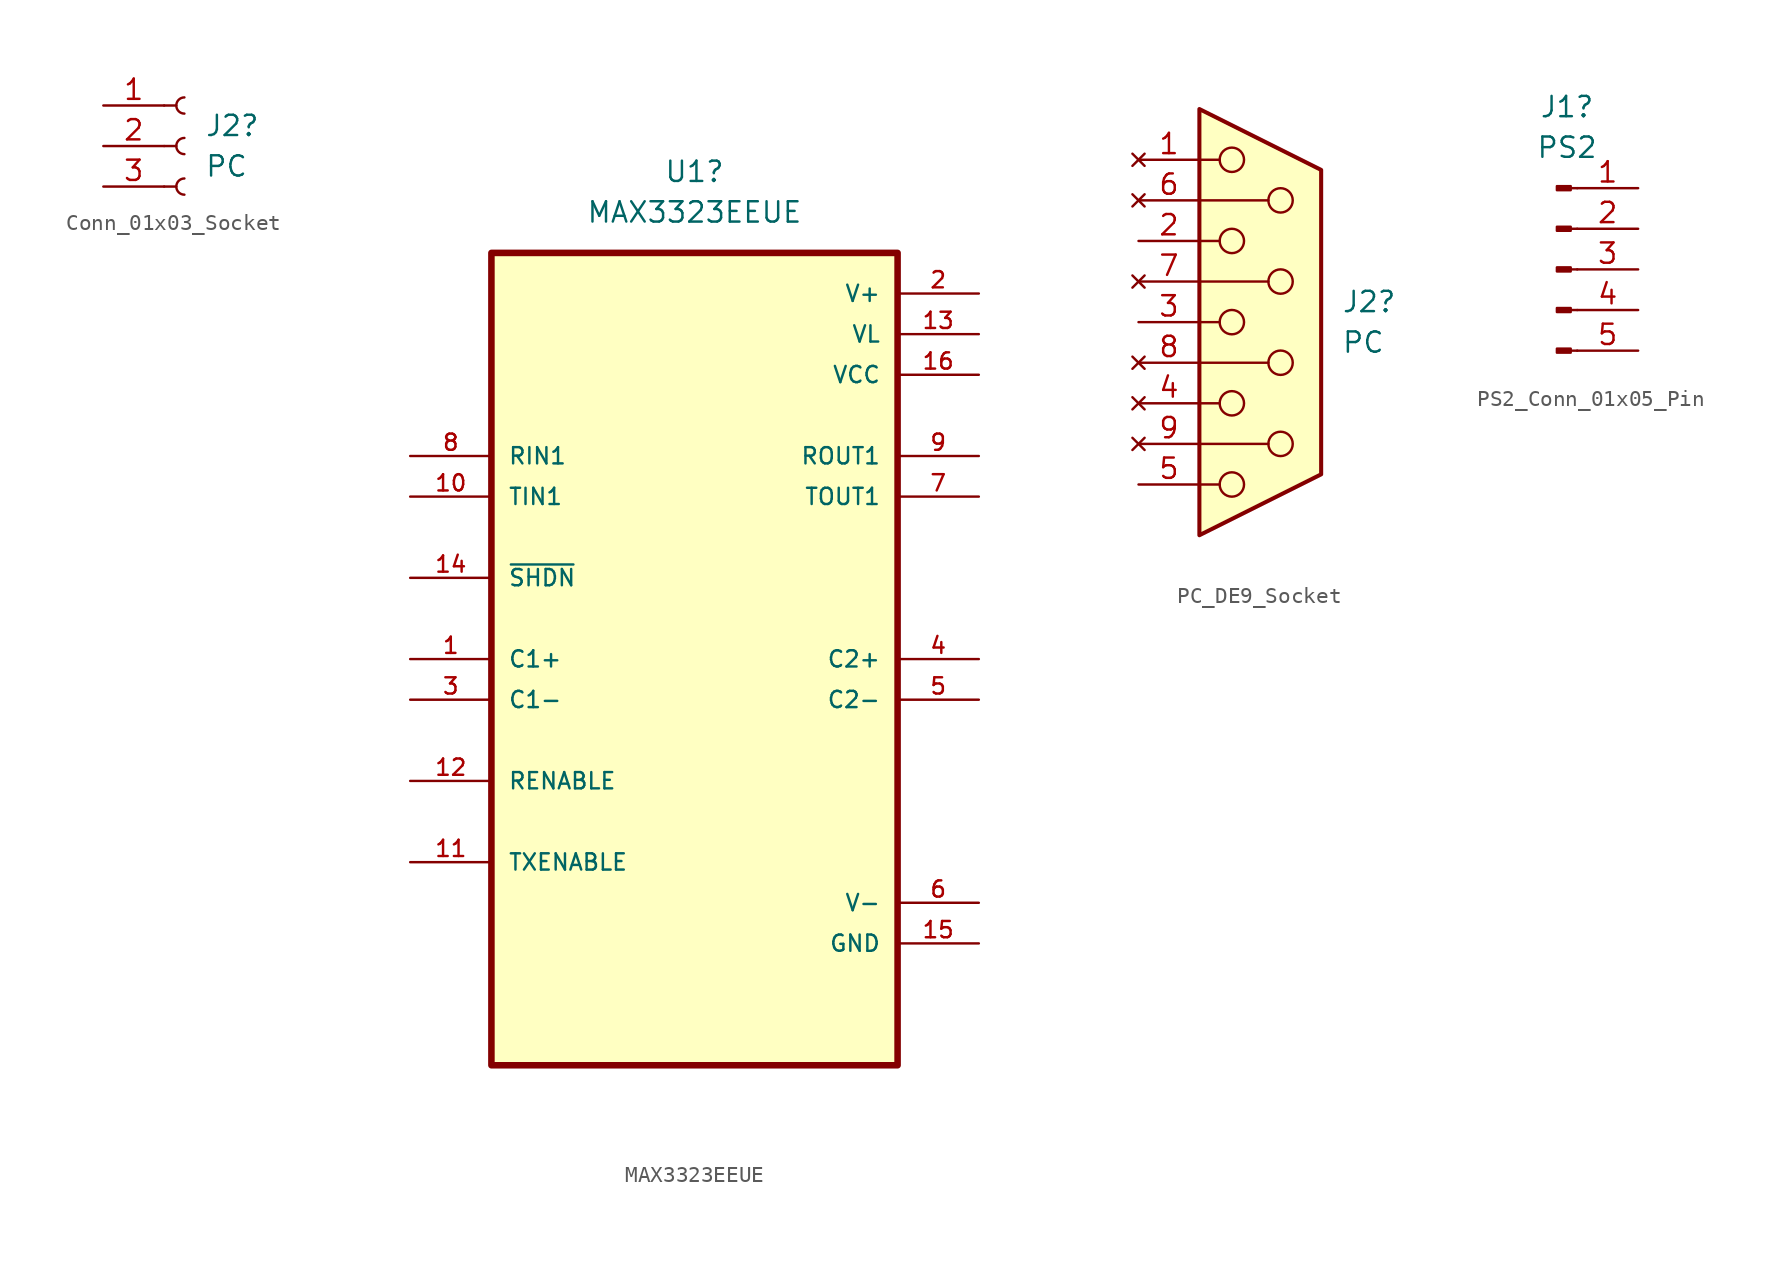
<source format=kicad_sym>
(kicad_symbol_lib
  (version 20241209)
  (generator "kicad_symbol_editor")
  (generator_version "9.0")
  (symbol "Conn_01x03_Socket"
    (pin_names
      (offset 1.016)
      (hide yes))
    (property "Reference" "J2"
      (at 1.27 1.27 0)
      (effects (font (size 1.27 1.27)) (justify left)))
    (property "Value" "PC"
      (at 1.27 -1.27 0)
      (effects (font (size 1.27 1.27)) (justify left)))
    (property "ki_locked" ""
      (at 0 0 0)
      (effects (font (size 1.27 1.27))))
    (symbol "Conn_01x03_Socket_1_1"
      (polyline (pts (xy -1.27 2.54) (xy -0.508 2.54)) (stroke (width 0.152) (type default)) (fill (type none)))
      (polyline (pts (xy -1.27 0) (xy -0.508 0)) (stroke (width 0.152) (type default)) (fill (type none)))
      (polyline (pts (xy -1.27 -2.54) (xy -0.508 -2.54)) (stroke (width 0.152) (type default)) (fill (type none)))
      (arc (start 0 2.032) (mid -0.5058 2.54) (end 0 3.048) (stroke (width 0.1524) (type default)) (fill (type none)))
      (arc (start 0 -0.508) (mid -0.5058 0) (end 0 0.508) (stroke (width 0.1524) (type default)) (fill (type none)))
      (arc (start 0 -3.048) (mid -0.5058 -2.54) (end 0 -2.032) (stroke (width 0.1524) (type default)) (fill (type none)))
      (pin power_in line (at -5.08 2.54 0) (length 3.81) (name "Pin_1" (effects (font (size 1.27 1.27)))) (number "1" (effects (font (size 1.27 1.27)))))
      (pin input line (at -5.08 0 0) (length 3.81) (name "Pin_2" (effects (font (size 1.27 1.27)))) (number "2" (effects (font (size 1.27 1.27)))))
      (pin output line (at -5.08 -2.54 0) (length 3.81) (name "Pin_3" (effects (font (size 1.27 1.27)))) (number "3" (effects (font (size 1.27 1.27)))))))
  (symbol "MAX3323EEUE"
    (pin_names
      (offset 1.016))
    (property "Reference" "U1"
      (at 0 30.48 0)
      (effects (font (size 1.27 1.27))))
    (property "Value" "MAX3323EEUE"
      (at 0 27.94 0)
      (effects (font (size 1.27 1.27))))
    (symbol "MAX3323EEUE_0_0"
      (rectangle (start -12.7 -25.4) (end 12.7 25.4) (stroke (width 0.41) (type default)) (fill (type background)))
      (pin input line (at -17.78 12.7 0) (length 5.08) (name "RIN1" (effects (font (size 1.016 1.016)))) (number "8" (effects (font (size 1.016 1.016)))))
      (pin input line (at -17.78 10.16 0) (length 5.08) (name "TIN1" (effects (font (size 1.016 1.016)))) (number "10" (effects (font (size 1.016 1.016)))))
      (pin power_in line (at -17.78 5.08 0) (length 5.08) (name "~{SHDN}" (effects (font (size 1.016 1.016)))) (number "14" (effects (font (size 1.016 1.016)))))
      (pin bidirectional line (at -17.78 0 0) (length 5.08) (name "C1+" (effects (font (size 1.016 1.016)))) (number "1" (effects (font (size 1.016 1.016)))))
      (pin bidirectional line (at -17.78 -2.54 0) (length 5.08) (name "C1-" (effects (font (size 1.016 1.016)))) (number "3" (effects (font (size 1.016 1.016)))))
      (pin power_in line (at -17.78 -7.62 0) (length 5.08) (name "RENABLE" (effects (font (size 1.016 1.016)))) (number "12" (effects (font (size 1.016 1.016)))))
      (pin power_in line (at -17.78 -12.7 0) (length 5.08) (name "TXENABLE" (effects (font (size 1.016 1.016)))) (number "11" (effects (font (size 1.016 1.016)))))
      (pin power_out line (at 17.78 22.86 180) (length 5.08) (name "V+" (effects (font (size 1.016 1.016)))) (number "2" (effects (font (size 1.016 1.016)))))
      (pin power_in line (at 17.78 20.32 180) (length 5.08) (name "VL" (effects (font (size 1.016 1.016)))) (number "13" (effects (font (size 1.016 1.016)))))
      (pin power_in line (at 17.78 17.78 180) (length 5.08) (name "VCC" (effects (font (size 1.016 1.016)))) (number "16" (effects (font (size 1.016 1.016)))))
      (pin output line (at 17.78 12.7 180) (length 5.08) (name "ROUT1" (effects (font (size 1.016 1.016)))) (number "9" (effects (font (size 1.016 1.016)))))
      (pin output line (at 17.78 10.16 180) (length 5.08) (name "TOUT1" (effects (font (size 1.016 1.016)))) (number "7" (effects (font (size 1.016 1.016)))))
      (pin bidirectional line (at 17.78 0 180) (length 5.08) (name "C2+" (effects (font (size 1.016 1.016)))) (number "4" (effects (font (size 1.016 1.016)))))
      (pin bidirectional line (at 17.78 -2.54 180) (length 5.08) (name "C2-" (effects (font (size 1.016 1.016)))) (number "5" (effects (font (size 1.016 1.016)))))
      (pin power_out line (at 17.78 -15.24 180) (length 5.08) (name "V-" (effects (font (size 1.016 1.016)))) (number "6" (effects (font (size 1.016 1.016)))))
      (pin power_in line (at 17.78 -17.78 180) (length 5.08) (name "GND" (effects (font (size 1.016 1.016)))) (number "15" (effects (font (size 1.016 1.016)))))))
  (symbol "PC_DE9_Socket"
    (pin_names
      (offset 1.016)
      (hide yes))
    (property "Reference" "J2"
      (at 5.08 1.27 0)
      (effects (font (size 1.27 1.27)) (justify left)))
    (property "Value" "PC"
      (at 5.08 -1.27 0)
      (effects (font (size 1.27 1.27)) (justify left)))
    (symbol "PC_DE9_Socket_0_1"
      (polyline (pts (xy -3.81 13.335) (xy -3.81 -13.335) (xy 3.81 -9.525) (xy 3.81 9.525) (xy -3.81 13.335)) (stroke (width 0.254) (type default)) (fill (type background)))
      (polyline (pts (xy -3.81 10.16) (xy -2.54 10.16)) (stroke (width 0) (type default)) (fill (type none)))
      (polyline (pts (xy -3.81 7.62) (xy 0.508 7.62)) (stroke (width 0) (type default)) (fill (type none)))
      (polyline (pts (xy -3.81 5.08) (xy -2.54 5.08)) (stroke (width 0) (type default)) (fill (type none)))
      (polyline (pts (xy -3.81 2.54) (xy 0.508 2.54)) (stroke (width 0) (type default)) (fill (type none)))
      (polyline (pts (xy -3.81 0) (xy -2.54 0)) (stroke (width 0) (type default)) (fill (type none)))
      (polyline (pts (xy -3.81 -2.54) (xy 0.508 -2.54)) (stroke (width 0) (type default)) (fill (type none)))
      (polyline (pts (xy -3.81 -5.08) (xy -2.54 -5.08)) (stroke (width 0) (type default)) (fill (type none)))
      (polyline (pts (xy -3.81 -7.62) (xy 0.508 -7.62)) (stroke (width 0) (type default)) (fill (type none)))
      (polyline (pts (xy -3.81 -10.16) (xy -2.54 -10.16)) (stroke (width 0) (type default)) (fill (type none)))
      (circle (center -1.778 10.16) (radius 0.762) (stroke (width 0) (type default)) (fill (type none)))
      (circle (center -1.778 5.08) (radius 0.762) (stroke (width 0) (type default)) (fill (type none)))
      (circle (center -1.778 0) (radius 0.762) (stroke (width 0) (type default)) (fill (type none)))
      (circle (center -1.778 -5.08) (radius 0.762) (stroke (width 0) (type default)) (fill (type none)))
      (circle (center -1.778 -10.16) (radius 0.762) (stroke (width 0) (type default)) (fill (type none)))
      (circle (center 1.27 7.62) (radius 0.762) (stroke (width 0) (type default)) (fill (type none)))
      (circle (center 1.27 2.54) (radius 0.762) (stroke (width 0) (type default)) (fill (type none)))
      (circle (center 1.27 -2.54) (radius 0.762) (stroke (width 0) (type default)) (fill (type none)))
      (circle (center 1.27 -7.62) (radius 0.762) (stroke (width 0) (type default)) (fill (type none))))
    (symbol "PC_DE9_Socket_1_1"
      (pin no_connect line (at -7.62 10.16 0) (length 3.81) (name "1" (effects (font (size 1.27 1.27)))) (number "1" (effects (font (size 1.27 1.27)))))
      (pin no_connect line (at -7.62 7.62 0) (length 3.81) (name "6" (effects (font (size 1.27 1.27)))) (number "6" (effects (font (size 1.27 1.27)))))
      (pin passive line (at -7.62 5.08 0) (length 3.81) (name "2" (effects (font (size 1.27 1.27)))) (number "2" (effects (font (size 1.27 1.27)))))
      (pin no_connect line (at -7.62 2.54 0) (length 3.81) (name "7" (effects (font (size 1.27 1.27)))) (number "7" (effects (font (size 1.27 1.27)))))
      (pin passive line (at -7.62 0 0) (length 3.81) (name "3" (effects (font (size 1.27 1.27)))) (number "3" (effects (font (size 1.27 1.27)))))
      (pin no_connect line (at -7.62 -2.54 0) (length 3.81) (name "8" (effects (font (size 1.27 1.27)))) (number "8" (effects (font (size 1.27 1.27)))))
      (pin no_connect line (at -7.62 -5.08 0) (length 3.81) (name "4" (effects (font (size 1.27 1.27)))) (number "4" (effects (font (size 1.27 1.27)))))
      (pin no_connect line (at -7.62 -7.62 0) (length 3.81) (name "9" (effects (font (size 1.27 1.27)))) (number "9" (effects (font (size 1.27 1.27)))))
      (pin passive line (at -7.62 -10.16 0) (length 3.81) (name "5" (effects (font (size 1.27 1.27)))) (number "5" (effects (font (size 1.27 1.27)))))))
  (symbol "PS2_Conn_01x05_Pin"
    (pin_names
      (offset 1.016)
      (hide yes))
    (property "Reference" "J1"
      (at 0.635 10.16 0)
      (effects (font (size 1.27 1.27))))
    (property "Value" "PS2"
      (at 0.635 7.62 0)
      (effects (font (size 1.27 1.27))))
    (symbol "PS2_Conn_01x05_Pin_1_1"
      (rectangle (start 0.864 5.207) (end 0 4.953) (stroke (width 0.152) (type default)) (fill (type outline)))
      (rectangle (start 0.864 2.667) (end 0 2.413) (stroke (width 0.152) (type default)) (fill (type outline)))
      (rectangle (start 0.864 0.127) (end 0 -0.127) (stroke (width 0.152) (type default)) (fill (type outline)))
      (rectangle (start 0.864 -2.413) (end 0 -2.667) (stroke (width 0.152) (type default)) (fill (type outline)))
      (rectangle (start 0.864 -4.953) (end 0 -5.207) (stroke (width 0.152) (type default)) (fill (type outline)))
      (polyline (pts (xy 1.27 5.08) (xy 0.864 5.08)) (stroke (width 0.152) (type default)) (fill (type none)))
      (polyline (pts (xy 1.27 2.54) (xy 0.864 2.54)) (stroke (width 0.152) (type default)) (fill (type none)))
      (polyline (pts (xy 1.27 0) (xy 0.864 0)) (stroke (width 0.152) (type default)) (fill (type none)))
      (polyline (pts (xy 1.27 -2.54) (xy 0.864 -2.54)) (stroke (width 0.152) (type default)) (fill (type none)))
      (polyline (pts (xy 1.27 -5.08) (xy 0.864 -5.08)) (stroke (width 0.152) (type default)) (fill (type none)))
      (pin power_out line (at 5.08 5.08 180) (length 3.81) (name "GND" (effects (font (size 1.27 1.27)))) (number "1" (effects (font (size 1.27 1.27)))))
      (pin power_out line (at 5.08 2.54 180) (length 3.81) (name "VCC_3V3" (effects (font (size 1.27 1.27)))) (number "2" (effects (font (size 1.27 1.27)))))
      (pin power_out line (at 5.08 0 180) (length 3.81) (name "VCORE_1V7" (effects (font (size 1.27 1.27)))) (number "3" (effects (font (size 1.27 1.27)))))
      (pin output line (at 5.08 -2.54 180) (length 3.81) (name "EE_TXD" (effects (font (size 1.27 1.27)))) (number "4" (effects (font (size 1.27 1.27)))))
      (pin input line (at 5.08 -5.08 180) (length 3.81) (name "EE_RXD" (effects (font (size 1.27 1.27)))) (number "5" (effects (font (size 1.27 1.27))))))))
</source>
